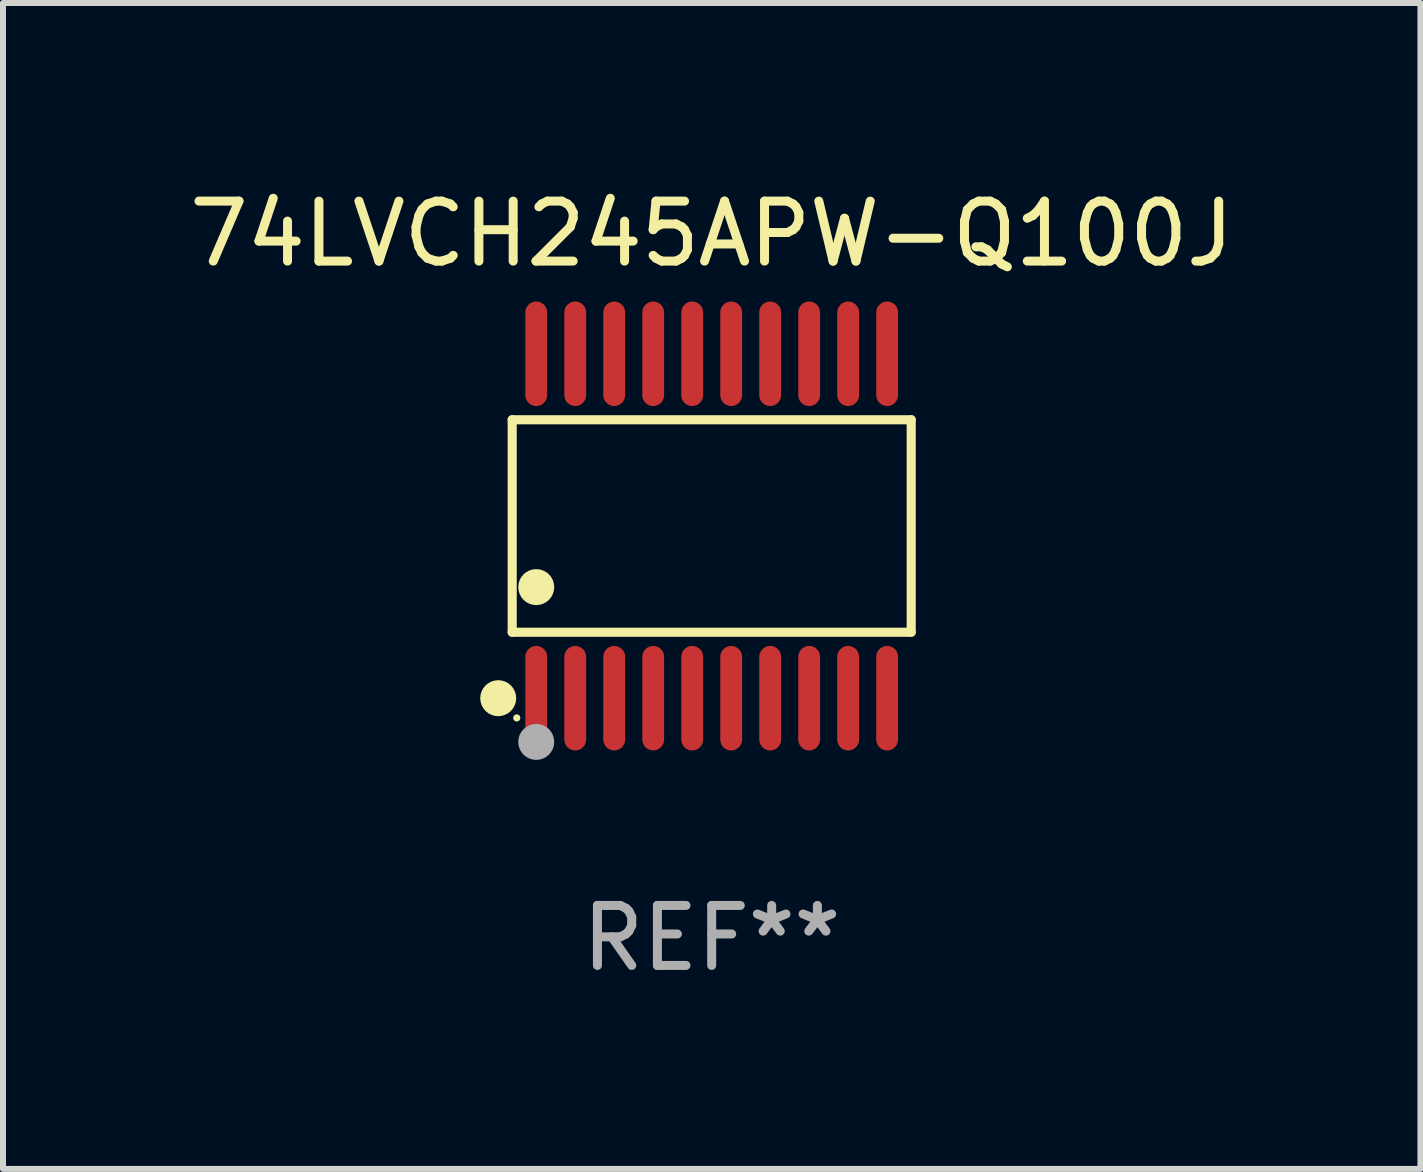
<source format=kicad_pcb>
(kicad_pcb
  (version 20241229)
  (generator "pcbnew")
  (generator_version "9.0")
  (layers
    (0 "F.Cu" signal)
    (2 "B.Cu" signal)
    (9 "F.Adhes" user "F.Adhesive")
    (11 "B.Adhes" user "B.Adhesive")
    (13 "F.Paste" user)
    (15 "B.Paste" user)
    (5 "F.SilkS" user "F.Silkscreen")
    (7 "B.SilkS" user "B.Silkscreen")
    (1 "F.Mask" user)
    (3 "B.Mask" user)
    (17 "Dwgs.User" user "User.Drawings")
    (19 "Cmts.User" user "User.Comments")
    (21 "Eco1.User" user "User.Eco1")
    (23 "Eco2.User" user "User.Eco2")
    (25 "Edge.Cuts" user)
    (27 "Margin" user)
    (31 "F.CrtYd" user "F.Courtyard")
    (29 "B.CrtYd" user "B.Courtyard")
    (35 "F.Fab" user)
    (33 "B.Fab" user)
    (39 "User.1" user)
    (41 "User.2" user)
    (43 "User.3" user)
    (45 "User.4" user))
  (footprint "74LVCH245APW-Q100J"
    (layer "F.Cu")
    (at 8.815 5.719)
    (property "Reference" "74LVCH245APW-Q100J" (at 0 -4.871 0) (layer "F.SilkS") (effects (font (size 1 1) (thickness 0.15))))
    (attr through_hole)
    (fp_line (start -3.326 -1.771) (end 3.326 -1.771) (stroke (width 0.152) (type solid)) (layer "F.SilkS"))
    (fp_line (start -3.326 1.771) (end -3.326 -1.771) (stroke (width 0.152) (type solid)) (layer "F.SilkS"))
    (fp_line (start 3.326 -1.771) (end 3.326 1.771) (stroke (width 0.152) (type solid)) (layer "F.SilkS"))
    (fp_line (start 3.326 1.771) (end -3.326 1.771) (stroke (width 0.152) (type solid)) (layer "F.SilkS"))
    (fp_circle (center -3.559 2.871) (end -3.409 2.871) (stroke (width 0.3) (type solid)) (fill no) (layer "F.SilkS"))
    (fp_circle (center -3.25 3.2) (end -3.22 3.2) (stroke (width 0.06) (type solid)) (fill no) (layer "F.SilkS"))
    (fp_circle (center -2.925 1.019) (end -2.775 1.019) (stroke (width 0.3) (type solid)) (fill no) (layer "F.SilkS"))
    (fp_circle (center -2.925 3.6) (end -2.775 3.6) (stroke (width 0.3) (type solid)) (fill no) (layer "F.Fab"))
    (fp_text user "REF**" (at 0 6.871 0) (layer "F.Fab") (effects (font (size 1 1) (thickness 0.15))))
    (pad "1" smd oval (at -2.925 2.871) (size 0.364 1.742) (layers "F.Cu" "F.Mask" "F.Paste"))
    (pad "2" smd oval (at -2.275 2.871) (size 0.364 1.742) (layers "F.Cu" "F.Mask" "F.Paste"))
    (pad "3" smd oval (at -1.625 2.871) (size 0.364 1.742) (layers "F.Cu" "F.Mask" "F.Paste"))
    (pad "4" smd oval (at -0.975 2.871) (size 0.364 1.742) (layers "F.Cu" "F.Mask" "F.Paste"))
    (pad "5" smd oval (at -0.325 2.871) (size 0.364 1.742) (layers "F.Cu" "F.Mask" "F.Paste"))
    (pad "6" smd oval (at 0.325 2.871) (size 0.364 1.742) (layers "F.Cu" "F.Mask" "F.Paste"))
    (pad "7" smd oval (at 0.975 2.871) (size 0.364 1.742) (layers "F.Cu" "F.Mask" "F.Paste"))
    (pad "8" smd oval (at 1.625 2.871) (size 0.364 1.742) (layers "F.Cu" "F.Mask" "F.Paste"))
    (pad "9" smd oval (at 2.275 2.871) (size 0.364 1.742) (layers "F.Cu" "F.Mask" "F.Paste"))
    (pad "10" smd oval (at 2.925 2.871) (size 0.364 1.742) (layers "F.Cu" "F.Mask" "F.Paste"))
    (pad "11" smd oval (at 2.925 -2.871) (size 0.364 1.742) (layers "F.Cu" "F.Mask" "F.Paste"))
    (pad "12" smd oval (at 2.275 -2.871) (size 0.364 1.742) (layers "F.Cu" "F.Mask" "F.Paste"))
    (pad "13" smd oval (at 1.625 -2.871) (size 0.364 1.742) (layers "F.Cu" "F.Mask" "F.Paste"))
    (pad "14" smd oval (at 0.975 -2.871) (size 0.364 1.742) (layers "F.Cu" "F.Mask" "F.Paste"))
    (pad "15" smd oval (at 0.325 -2.871) (size 0.364 1.742) (layers "F.Cu" "F.Mask" "F.Paste"))
    (pad "16" smd oval (at -0.325 -2.871) (size 0.364 1.742) (layers "F.Cu" "F.Mask" "F.Paste"))
    (pad "17" smd oval (at -0.975 -2.871) (size 0.364 1.742) (layers "F.Cu" "F.Mask" "F.Paste"))
    (pad "18" smd oval (at -1.625 -2.871) (size 0.364 1.742) (layers "F.Cu" "F.Mask" "F.Paste"))
    (pad "19" smd oval (at -2.275 -2.871) (size 0.364 1.742) (layers "F.Cu" "F.Mask" "F.Paste"))
    (pad "20" smd oval (at -2.925 -2.871) (size 0.364 1.742) (layers "F.Cu" "F.Mask" "F.Paste")))
  (gr_rect
    (start -3 -3)
    (end 20.631 16.438)
    (stroke (width 0.1) (type default))
    (fill no)
    (layer "Edge.Cuts")))
</source>
